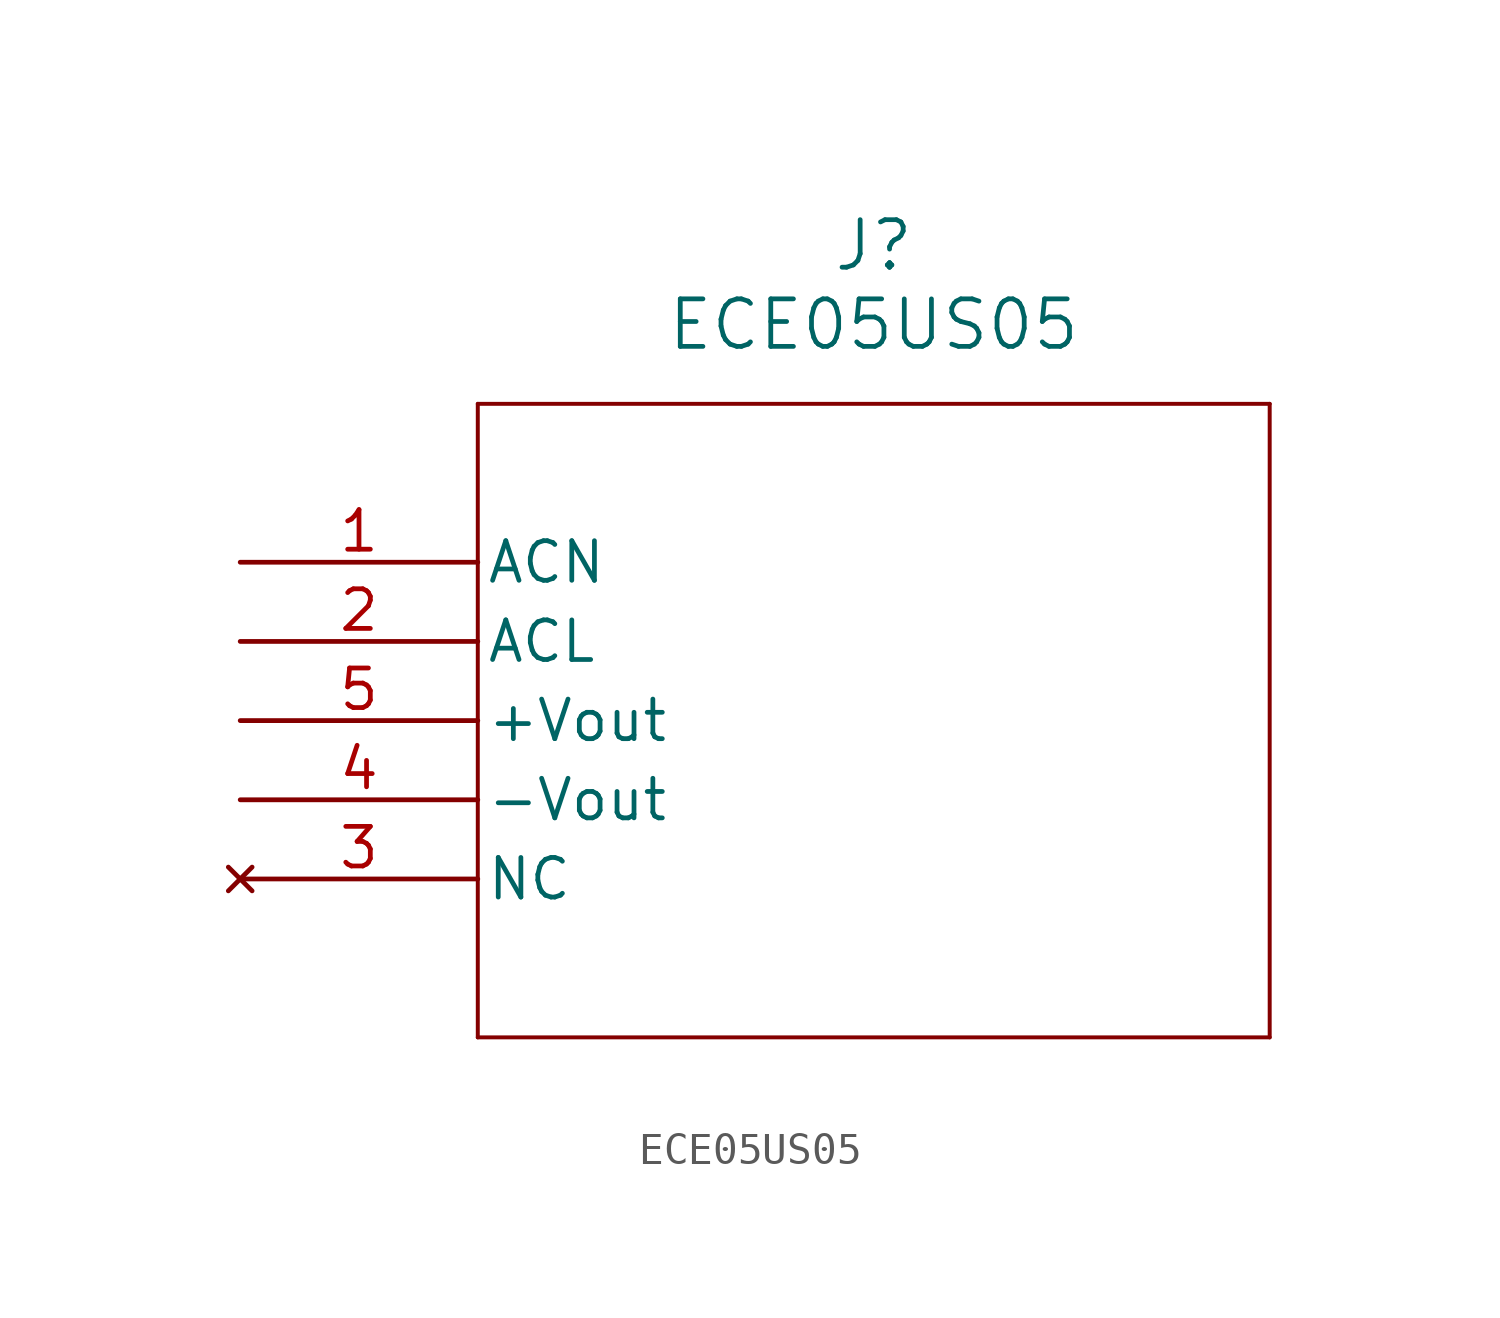
<source format=kicad_sym>
(kicad_symbol_lib
  (version 20211014)
  (generator kicad_symbol_editor)
  (symbol "ECE05US05"
    (pin_names
      (offset 0.254))
    (property "Reference" "J"
      (at 20.32 10.16 0)
      (effects (font (size 1.524 1.524))))
    (property "Value" "ECE05US05"
      (at 20.32 7.62 0)
      (effects (font (size 1.524 1.524))))
    (symbol "ECE05US05_0_1"
      (polyline (pts (xy 7.62 5.08) (xy 7.62 -15.24)) (stroke (width 0.127) (type default) (color 0 0 0 0)) (fill (type none)))
      (polyline (pts (xy 7.62 -15.24) (xy 33.02 -15.24)) (stroke (width 0.127) (type default) (color 0 0 0 0)) (fill (type none)))
      (polyline (pts (xy 33.02 -15.24) (xy 33.02 5.08)) (stroke (width 0.127) (type default) (color 0 0 0 0)) (fill (type none)))
      (polyline (pts (xy 33.02 5.08) (xy 7.62 5.08)) (stroke (width 0.127) (type default) (color 0 0 0 0)) (fill (type none)))
      (pin unspecified line (at 0 0 0) (length 7.62) (name "ACN" (effects (font (size 1.27 1.27)))) (number "1" (effects (font (size 1.27 1.27)))))
      (pin unspecified line (at 0 -2.54 0) (length 7.62) (name "ACL" (effects (font (size 1.27 1.27)))) (number "2" (effects (font (size 1.27 1.27)))))
      (pin power_in line (at 0 -5.08 0) (length 7.62) (name "+Vout" (effects (font (size 1.27 1.27)))) (number "5" (effects (font (size 1.27 1.27)))))
      (pin power_in line (at 0 -7.62 0) (length 7.62) (name "-Vout" (effects (font (size 1.27 1.27)))) (number "4" (effects (font (size 1.27 1.27)))))
      (pin no_connect line (at 0 -10.16 0) (length 7.62) (name "NC" (effects (font (size 1.27 1.27)))) (number "3" (effects (font (size 1.27 1.27))))))))
</source>
